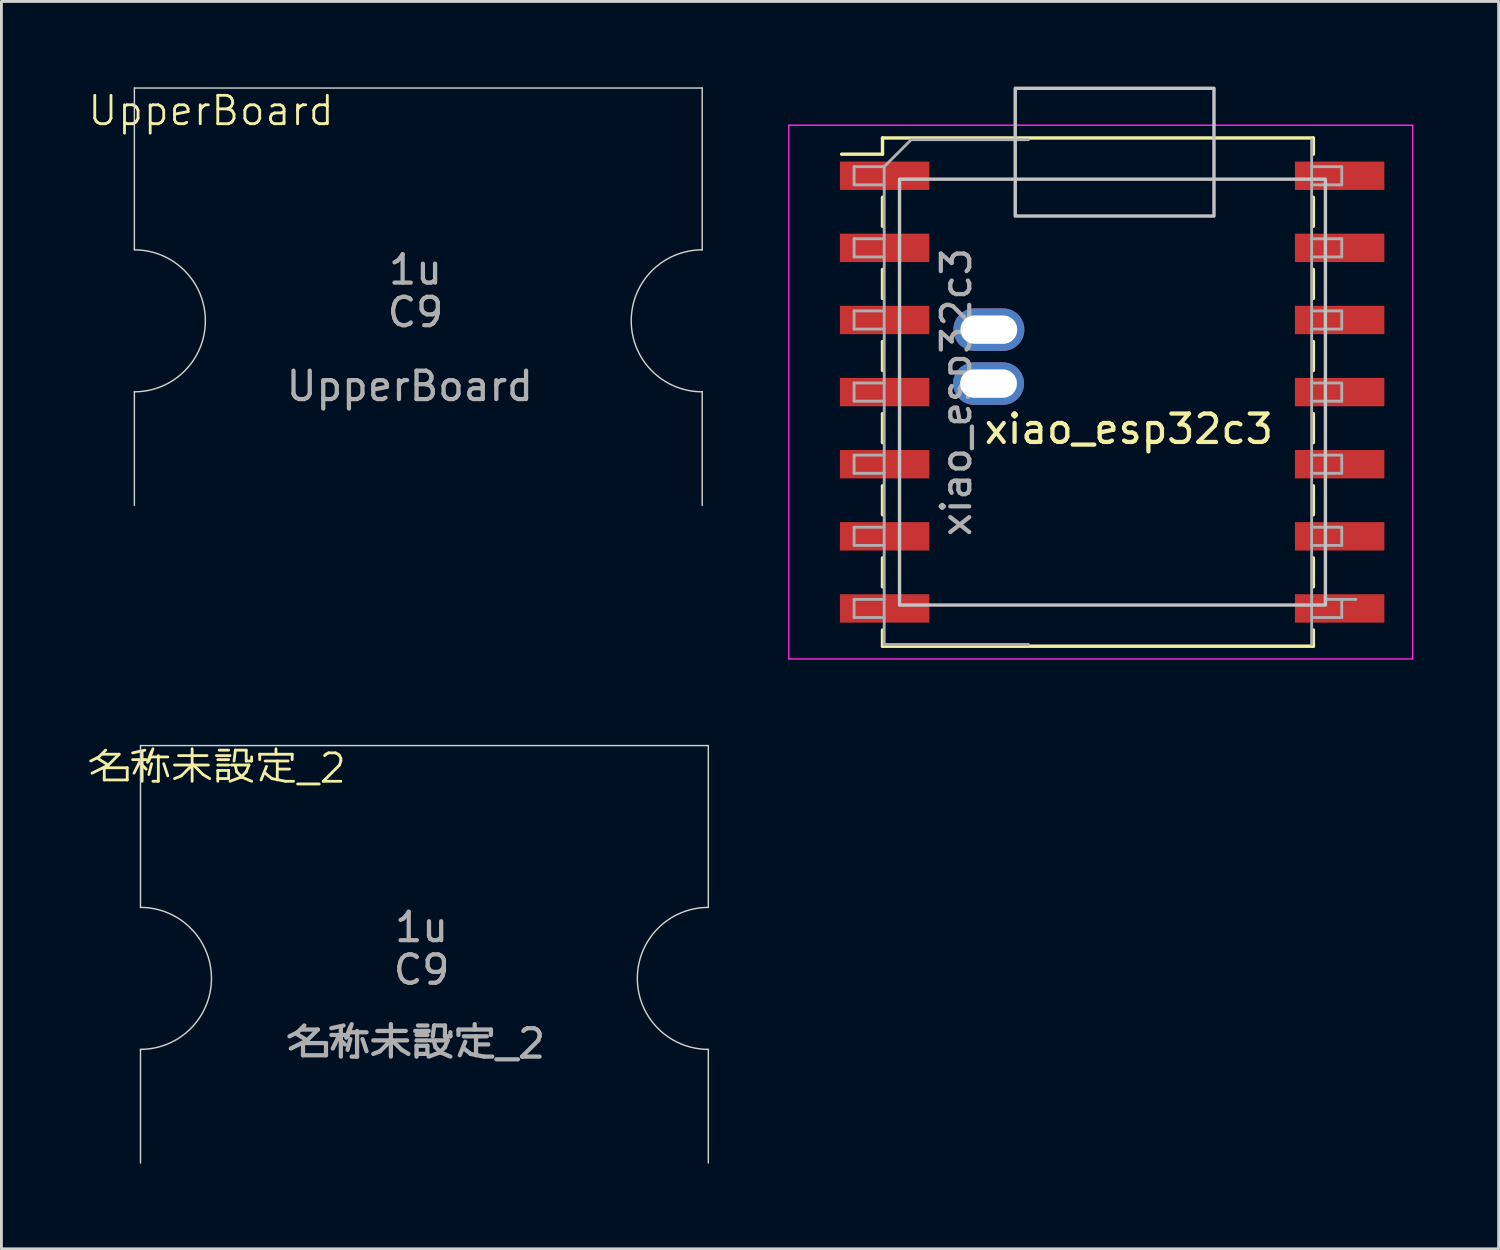
<source format=kicad_pcb>
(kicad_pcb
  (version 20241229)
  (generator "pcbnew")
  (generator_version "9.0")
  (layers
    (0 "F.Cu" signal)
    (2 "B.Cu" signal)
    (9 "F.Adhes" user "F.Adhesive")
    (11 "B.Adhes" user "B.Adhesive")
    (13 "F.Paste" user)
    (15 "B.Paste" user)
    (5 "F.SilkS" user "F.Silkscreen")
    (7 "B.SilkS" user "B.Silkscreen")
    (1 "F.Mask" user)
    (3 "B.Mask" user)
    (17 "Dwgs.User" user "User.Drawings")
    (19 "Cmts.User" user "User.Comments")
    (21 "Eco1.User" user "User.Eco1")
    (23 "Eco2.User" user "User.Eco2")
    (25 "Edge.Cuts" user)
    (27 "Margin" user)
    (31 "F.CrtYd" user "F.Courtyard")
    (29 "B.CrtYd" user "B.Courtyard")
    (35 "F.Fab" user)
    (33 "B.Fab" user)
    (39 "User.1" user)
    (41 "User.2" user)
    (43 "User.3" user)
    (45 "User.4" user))
  (footprint "名称未設定_2"
    (layer "F.Cu")
    (at 11.898 31.41)
    (property "Reference" "名称未設定_2" (at -7.3 -7.4 0) (unlocked yes) (layer "F.SilkS") (effects (font (size 1 1) (thickness 0.1))))
    (attr smd)
    (fp_line (start -10 -8.2) (end 10 -8.2) (stroke (width 0.05) (type default)) (layer "Edge.Cuts"))
    (fp_line (start -10 -2.5) (end -10 -8.2) (stroke (width 0.05) (type default)) (layer "Edge.Cuts"))
    (fp_line (start -10 2.5) (end -10 6.5) (stroke (width 0.05) (type default)) (layer "Edge.Cuts"))
    (fp_line (start 10 -8.2) (end 10 -2.5) (stroke (width 0.05) (type default)) (layer "Edge.Cuts"))
    (fp_line (start 10 2.5) (end 10 6.5) (stroke (width 0.05) (type default)) (layer "Edge.Cuts"))
    (fp_arc (start -10 -2.5) (mid -7.5 0) (end -10 2.5) (stroke (width 0.05) (type default)) (layer "Edge.Cuts"))
    (fp_arc (start 10 2.5) (mid 7.5 0) (end 10 -2.5) (stroke (width 0.05) (type default)) (layer "Edge.Cuts"))
    (fp_text user "1u" (at -0.1 -1.801 0) (unlocked yes) (layer "F.Fab") (effects (font (size 1 1) (thickness 0.15))))
    (fp_text user "C9" (at -0.1 -0.301 0) (unlocked yes) (layer "F.Fab") (effects (font (size 1 1) (thickness 0.15))))
    (fp_text user "${REFERENCE}" (at -0.3 2.3 0) (unlocked yes) (layer "F.Fab") (effects (font (size 1 1) (thickness 0.15)))))
  (footprint "xiao_esp32c3"
    (layer "F.Cu")
    (at 36.708 12.56)
    (property "Reference" "xiao_esp32c3" (at 0 -0.5 0) (unlocked yes) (layer "F.SilkS") (effects (font (size 1 1) (thickness 0.15))))
    (attr smd)
    (fp_line (start -10.115 -10.18) (end -8.675 -10.18) (stroke (width 0.12) (type solid)) (layer "F.SilkS"))
    (fp_line (start -8.675 -10.75) (end -8.675 -10.18) (stroke (width 0.12) (type solid)) (layer "F.SilkS"))
    (fp_line (start -8.675 -10.75) (end 6.5 -10.75) (stroke (width 0.12) (type solid)) (layer "F.SilkS"))
    (fp_line (start -8.675 -8.66) (end -8.675 -7.64) (stroke (width 0.12) (type solid)) (layer "F.SilkS"))
    (fp_line (start -8.675 -6.12) (end -8.675 -5.1) (stroke (width 0.12) (type solid)) (layer "F.SilkS"))
    (fp_line (start -8.675 -3.58) (end -8.675 -2.56) (stroke (width 0.12) (type solid)) (layer "F.SilkS"))
    (fp_line (start -8.675 -1.04) (end -8.675 -0.02) (stroke (width 0.12) (type solid)) (layer "F.SilkS"))
    (fp_line (start -8.675 1.5) (end -8.675 2.52) (stroke (width 0.12) (type solid)) (layer "F.SilkS"))
    (fp_line (start -8.675 4.04) (end -8.675 5.06) (stroke (width 0.12) (type solid)) (layer "F.SilkS"))
    (fp_line (start -8.675 6.58) (end -8.675 7.15) (stroke (width 0.12) (type solid)) (layer "F.SilkS"))
    (fp_line (start -8.675 7.15) (end 6.5 7.15) (stroke (width 0.12) (type solid)) (layer "F.SilkS"))
    (fp_line (start 6.5 -10.75) (end 6.5 -10.18) (stroke (width 0.12) (type solid)) (layer "F.SilkS"))
    (fp_line (start 6.5 -8.66) (end 6.5 -7.64) (stroke (width 0.12) (type solid)) (layer "F.SilkS"))
    (fp_line (start 6.5 -6.12) (end 6.5 -5.1) (stroke (width 0.12) (type solid)) (layer "F.SilkS"))
    (fp_line (start 6.5 -3.58) (end 6.5 -2.56) (stroke (width 0.12) (type solid)) (layer "F.SilkS"))
    (fp_line (start 6.5 -1.04) (end 6.5 -0.02) (stroke (width 0.12) (type solid)) (layer "F.SilkS"))
    (fp_line (start 6.5 1.5) (end 6.5 2.52) (stroke (width 0.12) (type solid)) (layer "F.SilkS"))
    (fp_line (start 6.5 4.04) (end 6.5 5.06) (stroke (width 0.12) (type solid)) (layer "F.SilkS"))
    (fp_line (start 6.5 6.58) (end 6.5 7.15) (stroke (width 0.12) (type solid)) (layer "F.SilkS"))
    (fp_rect (start -8.075 -9.3) (end 6.925 5.7) (stroke (width 0.12) (type solid)) (fill no) (layer "Dwgs.User"))
    (fp_rect (start -4 -12.5) (end 3 -8) (stroke (width 0.12) (type solid)) (fill no) (layer "Dwgs.User"))
    (fp_line (start -11.975 -11.2) (end -11.975 7.6) (stroke (width 0.05) (type solid)) (layer "F.CrtYd"))
    (fp_line (start -11.975 7.6) (end 10 7.6) (stroke (width 0.05) (type solid)) (layer "F.CrtYd"))
    (fp_line (start 10 -11.2) (end -11.975 -11.2) (stroke (width 0.05) (type solid)) (layer "F.CrtYd"))
    (fp_line (start 10 7.6) (end 10 -11.2) (stroke (width 0.05) (type solid)) (layer "F.CrtYd"))
    (fp_line (start -9.675 -9.74) (end -9.675 -9.1) (stroke (width 0.1) (type solid)) (layer "F.Fab"))
    (fp_line (start -9.675 -9.1) (end -8.615 -9.1) (stroke (width 0.1) (type solid)) (layer "F.Fab"))
    (fp_line (start -9.675 -7.2) (end -9.675 -6.56) (stroke (width 0.1) (type solid)) (layer "F.Fab"))
    (fp_line (start -9.675 -6.56) (end -8.615 -6.56) (stroke (width 0.1) (type solid)) (layer "F.Fab"))
    (fp_line (start -9.675 -4.66) (end -9.675 -4.02) (stroke (width 0.1) (type solid)) (layer "F.Fab"))
    (fp_line (start -9.675 -4.02) (end -8.615 -4.02) (stroke (width 0.1) (type solid)) (layer "F.Fab"))
    (fp_line (start -9.675 -2.12) (end -9.675 -1.48) (stroke (width 0.1) (type solid)) (layer "F.Fab"))
    (fp_line (start -9.675 -1.48) (end -8.615 -1.48) (stroke (width 0.1) (type solid)) (layer "F.Fab"))
    (fp_line (start -9.675 0.42) (end -9.675 1.06) (stroke (width 0.1) (type solid)) (layer "F.Fab"))
    (fp_line (start -9.675 1.06) (end -8.615 1.06) (stroke (width 0.1) (type solid)) (layer "F.Fab"))
    (fp_line (start -9.675 2.96) (end -9.675 3.6) (stroke (width 0.1) (type solid)) (layer "F.Fab"))
    (fp_line (start -9.675 3.6) (end -8.615 3.6) (stroke (width 0.1) (type solid)) (layer "F.Fab"))
    (fp_line (start -9.675 5.5) (end -9.675 6.14) (stroke (width 0.1) (type solid)) (layer "F.Fab"))
    (fp_line (start -9.675 6.14) (end -8.615 6.14) (stroke (width 0.1) (type solid)) (layer "F.Fab"))
    (fp_line (start -8.615 -9.74) (end -9.675 -9.74) (stroke (width 0.1) (type solid)) (layer "F.Fab"))
    (fp_line (start -8.615 -9.74) (end -7.665 -10.69) (stroke (width 0.1) (type solid)) (layer "F.Fab"))
    (fp_line (start -8.615 -7.2) (end -9.675 -7.2) (stroke (width 0.1) (type solid)) (layer "F.Fab"))
    (fp_line (start -8.615 -4.66) (end -9.675 -4.66) (stroke (width 0.1) (type solid)) (layer "F.Fab"))
    (fp_line (start -8.615 -2.12) (end -9.675 -2.12) (stroke (width 0.1) (type solid)) (layer "F.Fab"))
    (fp_line (start -8.615 0.42) (end -9.675 0.42) (stroke (width 0.1) (type solid)) (layer "F.Fab"))
    (fp_line (start -8.615 2.96) (end -9.675 2.96) (stroke (width 0.1) (type solid)) (layer "F.Fab"))
    (fp_line (start -8.615 5.5) (end -9.675 5.5) (stroke (width 0.1) (type solid)) (layer "F.Fab"))
    (fp_line (start -8.615 7.09) (end -8.615 -9.74) (stroke (width 0.1) (type solid)) (layer "F.Fab"))
    (fp_line (start -7.665 -10.69) (end -3.535 -10.69) (stroke (width 0.1) (type solid)) (layer "F.Fab"))
    (fp_line (start -3.535 7.09) (end -8.615 7.09) (stroke (width 0.1) (type solid)) (layer "F.Fab"))
    (fp_line (start 6.44 -10.69) (end 6.44 7.09) (stroke (width 0.1) (type solid)) (layer "F.Fab"))
    (fp_line (start 6.44 -9.74) (end 7.5 -9.74) (stroke (width 0.1) (type solid)) (layer "F.Fab"))
    (fp_line (start 6.44 -7.2) (end 7.5 -7.2) (stroke (width 0.1) (type solid)) (layer "F.Fab"))
    (fp_line (start 6.44 -4.66) (end 7.5 -4.66) (stroke (width 0.1) (type solid)) (layer "F.Fab"))
    (fp_line (start 6.44 -2.12) (end 7.5 -2.12) (stroke (width 0.1) (type solid)) (layer "F.Fab"))
    (fp_line (start 6.44 0.42) (end 7.5 0.42) (stroke (width 0.1) (type solid)) (layer "F.Fab"))
    (fp_line (start 6.44 2.96) (end 7.5 2.96) (stroke (width 0.1) (type solid)) (layer "F.Fab"))
    (fp_line (start 6.94 5.5) (end 8 5.5) (stroke (width 0.1) (type solid)) (layer "F.Fab"))
    (fp_line (start 7.5 -9.74) (end 7.5 -9.1) (stroke (width 0.1) (type solid)) (layer "F.Fab"))
    (fp_line (start 7.5 -9.1) (end 6.44 -9.1) (stroke (width 0.1) (type solid)) (layer "F.Fab"))
    (fp_line (start 7.5 -7.2) (end 7.5 -6.56) (stroke (width 0.1) (type solid)) (layer "F.Fab"))
    (fp_line (start 7.5 -6.56) (end 6.44 -6.56) (stroke (width 0.1) (type solid)) (layer "F.Fab"))
    (fp_line (start 7.5 -4.66) (end 7.5 -4.02) (stroke (width 0.1) (type solid)) (layer "F.Fab"))
    (fp_line (start 7.5 -4.02) (end 6.44 -4.02) (stroke (width 0.1) (type solid)) (layer "F.Fab"))
    (fp_line (start 7.5 -2.12) (end 7.5 -1.48) (stroke (width 0.1) (type solid)) (layer "F.Fab"))
    (fp_line (start 7.5 -1.48) (end 6.44 -1.48) (stroke (width 0.1) (type solid)) (layer "F.Fab"))
    (fp_line (start 7.5 0.42) (end 7.5 1.06) (stroke (width 0.1) (type solid)) (layer "F.Fab"))
    (fp_line (start 7.5 1.06) (end 6.44 1.06) (stroke (width 0.1) (type solid)) (layer "F.Fab"))
    (fp_line (start 7.5 2.96) (end 7.5 3.6) (stroke (width 0.1) (type solid)) (layer "F.Fab"))
    (fp_line (start 7.5 3.6) (end 6.44 3.6) (stroke (width 0.1) (type solid)) (layer "F.Fab"))
    (fp_line (start 7.5 5.5) (end 7.5 6.14) (stroke (width 0.1) (type solid)) (layer "F.Fab"))
    (fp_line (start 7.5 6.14) (end 6.44 6.14) (stroke (width 0.1) (type solid)) (layer "F.Fab"))
    (fp_text user "${REFERENCE}" (at -6.075 -1.8 270) (layer "F.Fab") (effects (font (size 1 1) (thickness 0.15))))
    (pad "1" smd rect (at -8.6 -9.42) (size 3.15 1) (layers "F.Cu" "F.Mask" "F.Paste"))
    (pad "2" smd rect (at -8.6 -6.88) (size 3.15 1) (layers "F.Cu" "F.Mask" "F.Paste"))
    (pad "3" smd rect (at -8.6 -4.34) (size 3.15 1) (layers "F.Cu" "F.Mask" "F.Paste"))
    (pad "4" smd rect (at -8.6 -1.8) (size 3.15 1) (layers "F.Cu" "F.Mask" "F.Paste"))
    (pad "5" smd rect (at -8.6 0.74) (size 3.15 1) (layers "F.Cu" "F.Mask" "F.Paste"))
    (pad "6" smd rect (at -8.6 3.28) (size 3.15 1) (layers "F.Cu" "F.Mask" "F.Paste"))
    (pad "7" smd rect (at -8.6 5.82) (size 3.15 1) (layers "F.Cu" "F.Mask" "F.Paste"))
    (pad "8" smd rect (at 7.425 5.82) (size 3.15 1) (layers "F.Cu" "F.Mask" "F.Paste"))
    (pad "9" smd rect (at 7.425 3.28) (size 3.15 1) (layers "F.Cu" "F.Mask" "F.Paste"))
    (pad "10" smd rect (at 7.425 0.74) (size 3.15 1) (layers "F.Cu" "F.Mask" "F.Paste"))
    (pad "11" smd rect (at 7.425 -1.8) (size 3.15 1) (layers "F.Cu" "F.Mask" "F.Paste"))
    (pad "12" smd rect (at 7.425 -4.34) (size 3.15 1) (layers "F.Cu" "F.Mask" "F.Paste"))
    (pad "13" smd rect (at 7.425 -6.88) (size 3.15 1) (layers "F.Cu" "F.Mask" "F.Paste"))
    (pad "14" smd rect (at 7.425 -9.42) (size 3.15 1) (layers "F.Cu" "F.Mask" "F.Paste"))
    (pad "B+" thru_hole oval (at -4.94 -2.1) (size 2.5 1.5) (drill oval 2 1) (layers "*.Cu" "*.Mask"))
    (pad "B-" thru_hole oval (at -4.929 -4) (size 2.5 1.5) (drill oval 2 1) (layers "*.Cu" "*.Mask")))
  (footprint "UpperBoard"
    (layer "F.Cu")
    (at 11.683 8.25)
    (property "Reference" "UpperBoard" (at -7.3 -7.4 0) (unlocked yes) (layer "F.SilkS") (effects (font (size 1 1) (thickness 0.1))))
    (attr smd)
    (fp_line (start -10 -8.2) (end 10 -8.2) (stroke (width 0.05) (type default)) (layer "Edge.Cuts"))
    (fp_line (start -10 -2.5) (end -10 -8.2) (stroke (width 0.05) (type default)) (layer "Edge.Cuts"))
    (fp_line (start -10 2.5) (end -10 6.5) (stroke (width 0.05) (type default)) (layer "Edge.Cuts"))
    (fp_line (start 10 -8.2) (end 10 -2.5) (stroke (width 0.05) (type default)) (layer "Edge.Cuts"))
    (fp_line (start 10 2.5) (end 10 6.5) (stroke (width 0.05) (type default)) (layer "Edge.Cuts"))
    (fp_arc (start -10 -2.5) (mid -7.5 0) (end -10 2.5) (stroke (width 0.05) (type default)) (layer "Edge.Cuts"))
    (fp_arc (start 10 2.5) (mid 7.5 0) (end 10 -2.5) (stroke (width 0.05) (type default)) (layer "Edge.Cuts"))
    (fp_line (start 0 -8.2) (end 0 5) (stroke (width 0.1) (type solid)) (layer "User.1"))
    (fp_text user "1u" (at -0.1 -1.801 0) (unlocked yes) (layer "F.Fab") (effects (font (size 1 1) (thickness 0.15))))
    (fp_text user "${REFERENCE}" (at -0.3 2.3 0) (unlocked yes) (layer "F.Fab") (effects (font (size 1 1) (thickness 0.15))))
    (fp_text user "C9" (at -0.1 -0.301 0) (unlocked yes) (layer "F.Fab") (effects (font (size 1 1) (thickness 0.15)))))
  (gr_rect
    (start -3 -3)
    (end 49.733 40.935)
    (stroke (width 0.1) (type default))
    (fill no)
    (layer "Edge.Cuts")))
</source>
